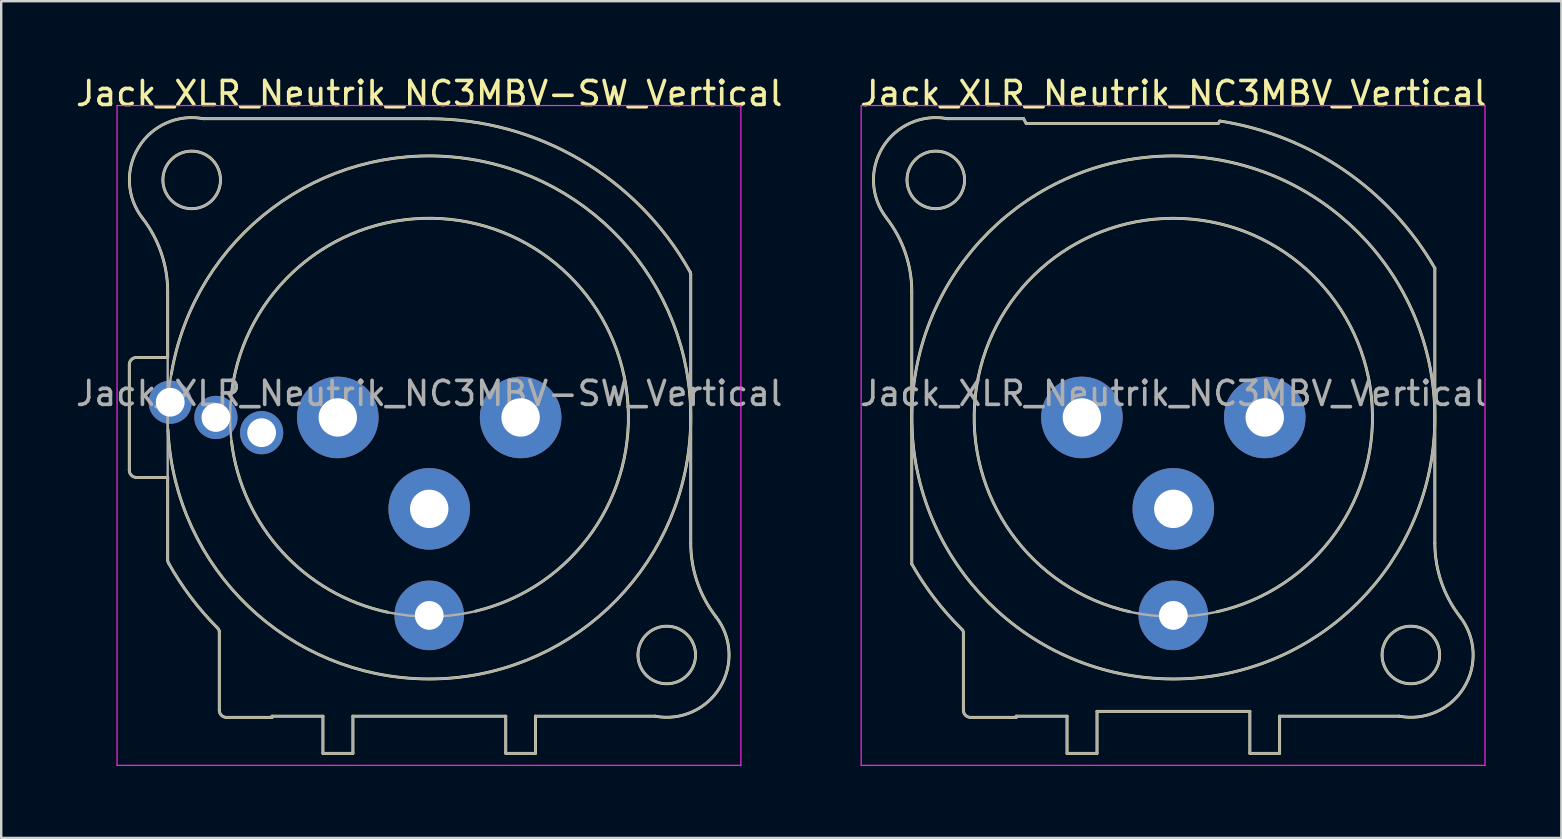
<source format=kicad_pcb>
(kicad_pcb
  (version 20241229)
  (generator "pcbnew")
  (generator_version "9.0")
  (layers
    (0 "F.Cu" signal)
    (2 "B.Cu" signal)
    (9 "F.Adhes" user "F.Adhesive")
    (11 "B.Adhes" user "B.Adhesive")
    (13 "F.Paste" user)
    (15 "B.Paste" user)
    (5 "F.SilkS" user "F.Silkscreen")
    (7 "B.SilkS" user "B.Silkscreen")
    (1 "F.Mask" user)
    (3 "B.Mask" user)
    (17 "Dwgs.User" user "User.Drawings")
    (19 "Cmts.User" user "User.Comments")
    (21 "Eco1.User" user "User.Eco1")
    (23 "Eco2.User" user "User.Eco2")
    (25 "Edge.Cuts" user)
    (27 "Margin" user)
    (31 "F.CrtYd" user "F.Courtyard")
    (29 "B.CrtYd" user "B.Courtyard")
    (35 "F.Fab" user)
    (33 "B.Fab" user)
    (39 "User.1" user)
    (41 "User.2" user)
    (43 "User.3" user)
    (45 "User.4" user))
  (footprint "Jack_XLR_Neutrik_NC3MBV_Vertical"
    (layer "F.Cu")
    (at 42.041 14.348)
    (property "Reference" "Jack_XLR_Neutrik_NC3MBV_Vertical" (at 3.81 -13.5 0) (layer "F.SilkS") (effects (font (size 1 1) (thickness 0.15))))
    (attr through_hole)
    (fp_line (start -7.09 -5.24) (end -7.09 6.11) (stroke (width 0.12) (type solid)) (layer "F.SilkS"))
    (fp_line (start -4.94 12.2) (end -4.94 8.98) (stroke (width 0.12) (type solid)) (layer "F.SilkS"))
    (fp_line (start -4.64 12.5) (end -2.74 12.5) (stroke (width 0.12) (type solid)) (layer "F.SilkS"))
    (fp_line (start -2.74 12.45) (end -0.62 12.45) (stroke (width 0.12) (type solid)) (layer "F.SilkS"))
    (fp_line (start -2.74 12.5) (end -2.74 12.45) (stroke (width 0.12) (type solid)) (layer "F.SilkS"))
    (fp_line (start -2.43 -12.45) (end -5.6 -12.45) (stroke (width 0.12) (type solid)) (layer "F.SilkS"))
    (fp_line (start -2.32 -12.25) (end -2.43 -12.45) (stroke (width 0.12) (type solid)) (layer "F.SilkS"))
    (fp_line (start -0.62 12.45) (end -0.62 14) (stroke (width 0.12) (type solid)) (layer "F.SilkS"))
    (fp_line (start 0.63 12.25) (end 0.63 14) (stroke (width 0.12) (type solid)) (layer "F.SilkS"))
    (fp_line (start 0.63 12.25) (end 7 12.25) (stroke (width 0.12) (type solid)) (layer "F.SilkS"))
    (fp_line (start 0.63 14) (end -0.62 14) (stroke (width 0.12) (type solid)) (layer "F.SilkS"))
    (fp_line (start 5.68 -12.25) (end -2.32 -12.25) (stroke (width 0.12) (type solid)) (layer "F.SilkS"))
    (fp_line (start 5.74 -12.35) (end 5.68 -12.25) (stroke (width 0.12) (type solid)) (layer "F.SilkS"))
    (fp_line (start 7 12.25) (end 7 14) (stroke (width 0.12) (type solid)) (layer "F.SilkS"))
    (fp_line (start 8.24 12.45) (end 8.24 14) (stroke (width 0.12) (type solid)) (layer "F.SilkS"))
    (fp_line (start 8.24 12.45) (end 13.22 12.45) (stroke (width 0.12) (type solid)) (layer "F.SilkS"))
    (fp_line (start 8.24 14) (end 7 14) (stroke (width 0.12) (type solid)) (layer "F.SilkS"))
    (fp_line (start 14.71 5.24) (end 14.71 -6.22) (stroke (width 0.12) (type solid)) (layer "F.SilkS"))
    (fp_arc (start -8.14458 -8.311426) (mid -7.360989 -6.863715) (end -7.09 -5.24) (stroke (width 0.12) (type solid)) (layer "F.SilkS"))
    (fp_arc (start -8.141124 -8.307677) (mid -8.303366 -11.257798) (end -5.6 -12.45) (stroke (width 0.12) (type solid)) (layer "F.SilkS"))
    (fp_arc (start -4.999944 8.832139) (mid -4.954594 8.899835) (end -4.94 8.98) (stroke (width 0.12) (type solid)) (layer "F.SilkS"))
    (fp_arc (start -4.999718 8.833849) (mid -6.1389 7.544091) (end -7.09 6.11) (stroke (width 0.12) (type solid)) (layer "F.SilkS"))
    (fp_arc (start -4.64 12.5) (mid -4.852132 12.412132) (end -4.94 12.2) (stroke (width 0.12) (type solid)) (layer "F.SilkS"))
    (fp_arc (start 2 8.1) (mid 3.809449 -8.299765) (end 5.621075 8.09976) (stroke (width 0.12) (type solid)) (layer "F.SilkS"))
    (fp_arc (start 5.753207 -12.354269) (mid 10.928439 -10.304601) (end 14.71 -6.22) (stroke (width 0.12) (type solid)) (layer "F.SilkS"))
    (fp_arc (start 15.761124 8.307677) (mid 15.923366 11.257798) (end 13.22 12.45) (stroke (width 0.12) (type solid)) (layer "F.SilkS"))
    (fp_arc (start 15.76458 8.311426) (mid 14.980989 6.863715) (end 14.71 5.24) (stroke (width 0.12) (type solid)) (layer "F.SilkS"))
    (fp_circle (center -6.09 -9.9) (end -4.89 -9.9) (stroke (width 0.12) (type solid)) (fill no) (layer "F.SilkS"))
    (fp_circle (center 3.81 0) (end 14.71 0) (stroke (width 0.12) (type solid)) (fill no) (layer "F.SilkS"))
    (fp_circle (center 13.71 9.9) (end 14.91 9.9) (stroke (width 0.12) (type solid)) (fill no) (layer "F.SilkS"))
    (fp_line (start -9.2 -13) (end 16.8 -13) (stroke (width 0.05) (type solid)) (layer "F.CrtYd"))
    (fp_line (start -9.2 14.5) (end -9.2 -13) (stroke (width 0.05) (type solid)) (layer "F.CrtYd"))
    (fp_line (start 16.8 -13) (end 16.8 14.5) (stroke (width 0.05) (type solid)) (layer "F.CrtYd"))
    (fp_line (start 16.8 14.5) (end -9.2 14.5) (stroke (width 0.05) (type solid)) (layer "F.CrtYd"))
    (fp_line (start -7.09 -5.24) (end -7.09 6.11) (stroke (width 0.1) (type solid)) (layer "F.Fab"))
    (fp_line (start -4.94 12.2) (end -4.94 8.98) (stroke (width 0.1) (type solid)) (layer "F.Fab"))
    (fp_line (start -4.64 12.5) (end -2.74 12.5) (stroke (width 0.1) (type solid)) (layer "F.Fab"))
    (fp_line (start -2.74 12.45) (end -0.62 12.45) (stroke (width 0.1) (type solid)) (layer "F.Fab"))
    (fp_line (start -2.74 12.5) (end -2.74 12.45) (stroke (width 0.1) (type solid)) (layer "F.Fab"))
    (fp_line (start -2.43 -12.45) (end -5.6 -12.45) (stroke (width 0.1) (type solid)) (layer "F.Fab"))
    (fp_line (start -2.32 -12.25) (end -2.43 -12.45) (stroke (width 0.1) (type solid)) (layer "F.Fab"))
    (fp_line (start -0.62 12.45) (end -0.62 14) (stroke (width 0.1) (type solid)) (layer "F.Fab"))
    (fp_line (start 0.63 12.25) (end 0.63 14) (stroke (width 0.1) (type solid)) (layer "F.Fab"))
    (fp_line (start 0.63 12.25) (end 7 12.25) (stroke (width 0.1) (type solid)) (layer "F.Fab"))
    (fp_line (start 0.63 14) (end -0.62 14) (stroke (width 0.1) (type solid)) (layer "F.Fab"))
    (fp_line (start 5.68 -12.25) (end -2.32 -12.25) (stroke (width 0.1) (type solid)) (layer "F.Fab"))
    (fp_line (start 5.74 -12.35) (end 5.68 -12.25) (stroke (width 0.1) (type solid)) (layer "F.Fab"))
    (fp_line (start 7 12.25) (end 7 14) (stroke (width 0.1) (type solid)) (layer "F.Fab"))
    (fp_line (start 8.24 12.45) (end 8.24 14) (stroke (width 0.1) (type solid)) (layer "F.Fab"))
    (fp_line (start 8.24 12.45) (end 13.22 12.45) (stroke (width 0.1) (type solid)) (layer "F.Fab"))
    (fp_line (start 8.24 14) (end 7 14) (stroke (width 0.1) (type solid)) (layer "F.Fab"))
    (fp_line (start 14.71 5.24) (end 14.71 -6.22) (stroke (width 0.1) (type solid)) (layer "F.Fab"))
    (fp_arc (start -8.14458 -8.311426) (mid -7.360989 -6.863715) (end -7.09 -5.24) (stroke (width 0.1) (type solid)) (layer "F.Fab"))
    (fp_arc (start -8.141124 -8.307677) (mid -8.303366 -11.257798) (end -5.6 -12.45) (stroke (width 0.1) (type solid)) (layer "F.Fab"))
    (fp_arc (start -4.999944 8.832139) (mid -4.954594 8.899835) (end -4.94 8.98) (stroke (width 0.1) (type solid)) (layer "F.Fab"))
    (fp_arc (start -4.999718 8.833849) (mid -6.1389 7.544091) (end -7.09 6.11) (stroke (width 0.1) (type solid)) (layer "F.Fab"))
    (fp_arc (start -4.64 12.5) (mid -4.852132 12.412132) (end -4.94 12.2) (stroke (width 0.1) (type solid)) (layer "F.Fab"))
    (fp_arc (start 5.753207 -12.354269) (mid 10.928439 -10.304601) (end 14.71 -6.22) (stroke (width 0.1) (type solid)) (layer "F.Fab"))
    (fp_arc (start 15.761124 8.307677) (mid 15.923366 11.257798) (end 13.22 12.45) (stroke (width 0.1) (type solid)) (layer "F.Fab"))
    (fp_arc (start 15.76458 8.311426) (mid 14.980989 6.863715) (end 14.71 5.24) (stroke (width 0.1) (type solid)) (layer "F.Fab"))
    (fp_circle (center -6.09 -9.9) (end -4.89 -9.9) (stroke (width 0.1) (type solid)) (fill no) (layer "F.Fab"))
    (fp_circle (center 3.81 0) (end 12.11 0) (stroke (width 0.1) (type solid)) (fill no) (layer "F.Fab"))
    (fp_circle (center 3.81 0) (end 14.71 0) (stroke (width 0.1) (type solid)) (fill no) (layer "F.Fab"))
    (fp_circle (center 13.71 9.9) (end 14.91 9.9) (stroke (width 0.1) (type solid)) (fill no) (layer "F.Fab"))
    (fp_text user "${REFERENCE}" (at 3.81 -1 0) (layer "F.Fab") (effects (font (size 1 1) (thickness 0.15))))
    (pad "1" thru_hole circle (at 0 0) (size 3.4 3.4) (drill 1.6) (layers "*.Cu" "*.Mask"))
    (pad "2" thru_hole circle (at 7.62 0) (size 3.4 3.4) (drill 1.6) (layers "*.Cu" "*.Mask"))
    (pad "3" thru_hole circle (at 3.81 3.81) (size 3.4 3.4) (drill 1.6) (layers "*.Cu" "*.Mask"))
    (pad "G" thru_hole circle (at 3.81 8.25) (size 2.9 2.9) (drill 1.2) (layers "*.Cu" "*.Mask")))
  (footprint "Jack_XLR_Neutrik_NC3MBV-SW_Vertical"
    (layer "F.Cu")
    (at 11.029 14.348)
    (property "Reference" "Jack_XLR_Neutrik_NC3MBV-SW_Vertical" (at 3.81 -13.5 0) (layer "F.SilkS") (effects (font (size 1 1) (thickness 0.15))))
    (attr through_hole)
    (fp_line (start -8.69 2.2) (end -8.69 -2.2) (stroke (width 0.12) (type solid)) (layer "F.SilkS"))
    (fp_line (start -7.09 -5.24) (end -7.09 -2.5) (stroke (width 0.12) (type solid)) (layer "F.SilkS"))
    (fp_line (start -7.09 -2.5) (end -8.39 -2.5) (stroke (width 0.12) (type solid)) (layer "F.SilkS"))
    (fp_line (start -7.09 2.5) (end -8.39 2.5) (stroke (width 0.12) (type solid)) (layer "F.SilkS"))
    (fp_line (start -7.09 2.5) (end -7.09 5.96) (stroke (width 0.12) (type solid)) (layer "F.SilkS"))
    (fp_line (start -4.94 12.2) (end -4.94 8.92) (stroke (width 0.12) (type solid)) (layer "F.SilkS"))
    (fp_line (start -4.64 12.5) (end -2.74 12.5) (stroke (width 0.12) (type solid)) (layer "F.SilkS"))
    (fp_line (start -2.74 12.45) (end -0.62 12.45) (stroke (width 0.12) (type solid)) (layer "F.SilkS"))
    (fp_line (start -2.74 12.5) (end -2.74 12.45) (stroke (width 0.12) (type solid)) (layer "F.SilkS"))
    (fp_line (start -0.62 12.45) (end -0.62 14) (stroke (width 0.12) (type solid)) (layer "F.SilkS"))
    (fp_line (start 0.63 12.45) (end 0.63 14) (stroke (width 0.12) (type solid)) (layer "F.SilkS"))
    (fp_line (start 0.63 12.45) (end 7 12.45) (stroke (width 0.12) (type solid)) (layer "F.SilkS"))
    (fp_line (start 0.63 14) (end -0.62 14) (stroke (width 0.12) (type solid)) (layer "F.SilkS"))
    (fp_line (start 3.81 -12.45) (end -5.6 -12.45) (stroke (width 0.12) (type solid)) (layer "F.SilkS"))
    (fp_line (start 7 12.45) (end 7 14) (stroke (width 0.12) (type solid)) (layer "F.SilkS"))
    (fp_line (start 8.24 12.45) (end 8.24 14) (stroke (width 0.12) (type solid)) (layer "F.SilkS"))
    (fp_line (start 8.24 12.45) (end 13.22 12.45) (stroke (width 0.12) (type solid)) (layer "F.SilkS"))
    (fp_line (start 8.24 14) (end 7 14) (stroke (width 0.12) (type solid)) (layer "F.SilkS"))
    (fp_line (start 14.71 5.24) (end 14.71 -5.96) (stroke (width 0.12) (type solid)) (layer "F.SilkS"))
    (fp_arc (start -8.69 -2.2) (mid -8.602132 -2.412132) (end -8.39 -2.5) (stroke (width 0.12) (type solid)) (layer "F.SilkS"))
    (fp_arc (start -8.39 2.5) (mid -8.602132 2.412132) (end -8.69 2.2) (stroke (width 0.12) (type solid)) (layer "F.SilkS"))
    (fp_arc (start -8.14458 -8.311426) (mid -7.360989 -6.863715) (end -7.09 -5.24) (stroke (width 0.12) (type solid)) (layer "F.SilkS"))
    (fp_arc (start -8.141124 -8.307677) (mid -8.303366 -11.257798) (end -5.6 -12.45) (stroke (width 0.12) (type solid)) (layer "F.SilkS"))
    (fp_arc (start -7.048716 6.079059) (mid -7.076957 6.022165) (end -7.09 5.96) (stroke (width 0.12) (type solid)) (layer "F.SilkS"))
    (fp_arc (start -6.94 -1.8) (mid 14.690408 0.647469) (end -7.077605 0.512393) (stroke (width 0.12) (type solid)) (layer "F.SilkS"))
    (fp_arc (start -5.014621 8.775339) (mid -6.130462 7.487838) (end -7.06 6.06) (stroke (width 0.12) (type solid)) (layer "F.SilkS"))
    (fp_arc (start -5.008287 8.781679) (mid -4.96257 8.845126) (end -4.94 8.92) (stroke (width 0.12) (type solid)) (layer "F.SilkS"))
    (fp_arc (start -4.64 12.5) (mid -4.852132 12.412132) (end -4.94 12.2) (stroke (width 0.12) (type solid)) (layer "F.SilkS"))
    (fp_arc (start -4.42 -1.09) (mid 9.369821 -6.165176) (end 5.741766 8.073988) (stroke (width 0.12) (type solid)) (layer "F.SilkS"))
    (fp_arc (start 2.08 8.12) (mid -2.313728 5.606002) (end -4.430844 1.007866) (stroke (width 0.12) (type solid)) (layer "F.SilkS"))
    (fp_arc (start 3.792668 -12.44996) (mid 10.104527 -10.741542) (end 14.68 -6.07) (stroke (width 0.12) (type solid)) (layer "F.SilkS"))
    (fp_arc (start 14.680526 -6.07) (mid 14.702504 -6.01694) (end 14.71 -5.96) (stroke (width 0.12) (type solid)) (layer "F.SilkS"))
    (fp_arc (start 15.761124 8.307677) (mid 15.923366 11.257798) (end 13.22 12.45) (stroke (width 0.12) (type solid)) (layer "F.SilkS"))
    (fp_arc (start 15.76458 8.311426) (mid 14.980989 6.863715) (end 14.71 5.24) (stroke (width 0.12) (type solid)) (layer "F.SilkS"))
    (fp_circle (center -6.09 -9.9) (end -4.89 -9.9) (stroke (width 0.12) (type solid)) (fill no) (layer "F.SilkS"))
    (fp_circle (center 13.71 9.9) (end 14.91 9.9) (stroke (width 0.12) (type solid)) (fill no) (layer "F.SilkS"))
    (fp_line (start -9.2 -13) (end 16.8 -13) (stroke (width 0.05) (type solid)) (layer "F.CrtYd"))
    (fp_line (start -9.2 14.5) (end -9.2 -13) (stroke (width 0.05) (type solid)) (layer "F.CrtYd"))
    (fp_line (start 16.8 -13) (end 16.8 14.5) (stroke (width 0.05) (type solid)) (layer "F.CrtYd"))
    (fp_line (start 16.8 14.5) (end -9.2 14.5) (stroke (width 0.05) (type solid)) (layer "F.CrtYd"))
    (fp_line (start -8.69 2.2) (end -8.69 -2.2) (stroke (width 0.1) (type solid)) (layer "F.Fab"))
    (fp_line (start -7.09 -5.24) (end -7.09 5.96) (stroke (width 0.1) (type solid)) (layer "F.Fab"))
    (fp_line (start -7.09 -2.5) (end -8.39 -2.5) (stroke (width 0.1) (type solid)) (layer "F.Fab"))
    (fp_line (start -7.09 2.5) (end -8.39 2.5) (stroke (width 0.1) (type solid)) (layer "F.Fab"))
    (fp_line (start -4.94 12.2) (end -4.94 8.92) (stroke (width 0.1) (type solid)) (layer "F.Fab"))
    (fp_line (start -4.64 12.5) (end -2.74 12.5) (stroke (width 0.1) (type solid)) (layer "F.Fab"))
    (fp_line (start -2.74 12.45) (end -0.62 12.45) (stroke (width 0.1) (type solid)) (layer "F.Fab"))
    (fp_line (start -2.74 12.5) (end -2.74 12.45) (stroke (width 0.1) (type solid)) (layer "F.Fab"))
    (fp_line (start -0.62 12.45) (end -0.62 14) (stroke (width 0.1) (type solid)) (layer "F.Fab"))
    (fp_line (start 0.63 12.45) (end 0.63 14) (stroke (width 0.1) (type solid)) (layer "F.Fab"))
    (fp_line (start 0.63 12.45) (end 7 12.45) (stroke (width 0.1) (type solid)) (layer "F.Fab"))
    (fp_line (start 0.63 14) (end -0.62 14) (stroke (width 0.1) (type solid)) (layer "F.Fab"))
    (fp_line (start 3.81 -12.45) (end -5.6 -12.45) (stroke (width 0.1) (type solid)) (layer "F.Fab"))
    (fp_line (start 7 12.45) (end 7 14) (stroke (width 0.1) (type solid)) (layer "F.Fab"))
    (fp_line (start 8.24 12.45) (end 8.24 14) (stroke (width 0.1) (type solid)) (layer "F.Fab"))
    (fp_line (start 8.24 12.45) (end 13.22 12.45) (stroke (width 0.1) (type solid)) (layer "F.Fab"))
    (fp_line (start 8.24 14) (end 7 14) (stroke (width 0.1) (type solid)) (layer "F.Fab"))
    (fp_line (start 14.71 5.24) (end 14.71 -5.96) (stroke (width 0.1) (type solid)) (layer "F.Fab"))
    (fp_arc (start -8.69 -2.2) (mid -8.602132 -2.412132) (end -8.39 -2.5) (stroke (width 0.1) (type solid)) (layer "F.Fab"))
    (fp_arc (start -8.39 2.5) (mid -8.602132 2.412132) (end -8.69 2.2) (stroke (width 0.1) (type solid)) (layer "F.Fab"))
    (fp_arc (start -8.14458 -8.311426) (mid -7.360989 -6.863715) (end -7.09 -5.24) (stroke (width 0.1) (type solid)) (layer "F.Fab"))
    (fp_arc (start -8.141124 -8.307677) (mid -8.303366 -11.257798) (end -5.6 -12.45) (stroke (width 0.1) (type solid)) (layer "F.Fab"))
    (fp_arc (start -7.048716 6.079059) (mid -7.076957 6.022165) (end -7.09 5.96) (stroke (width 0.1) (type solid)) (layer "F.Fab"))
    (fp_arc (start -5.014621 8.775339) (mid -6.130462 7.487838) (end -7.06 6.06) (stroke (width 0.1) (type solid)) (layer "F.Fab"))
    (fp_arc (start -5.008287 8.781679) (mid -4.96257 8.845126) (end -4.94 8.92) (stroke (width 0.1) (type solid)) (layer "F.Fab"))
    (fp_arc (start -4.64 12.5) (mid -4.852132 12.412132) (end -4.94 12.2) (stroke (width 0.1) (type solid)) (layer "F.Fab"))
    (fp_arc (start 3.792668 -12.44996) (mid 10.104527 -10.741542) (end 14.68 -6.07) (stroke (width 0.1) (type solid)) (layer "F.Fab"))
    (fp_arc (start 14.680526 -6.07) (mid 14.702504 -6.01694) (end 14.71 -5.96) (stroke (width 0.1) (type solid)) (layer "F.Fab"))
    (fp_arc (start 15.761124 8.307677) (mid 15.923366 11.257798) (end 13.22 12.45) (stroke (width 0.1) (type solid)) (layer "F.Fab"))
    (fp_arc (start 15.76458 8.311426) (mid 14.980989 6.863715) (end 14.71 5.24) (stroke (width 0.1) (type solid)) (layer "F.Fab"))
    (fp_circle (center -6.09 -9.9) (end -4.89 -9.9) (stroke (width 0.1) (type solid)) (fill no) (layer "F.Fab"))
    (fp_circle (center 3.81 0) (end 12.11 0) (stroke (width 0.1) (type solid)) (fill no) (layer "F.Fab"))
    (fp_circle (center 3.81 0) (end 14.71 0) (stroke (width 0.1) (type solid)) (fill no) (layer "F.Fab"))
    (fp_circle (center 13.71 9.9) (end 14.91 9.9) (stroke (width 0.1) (type solid)) (fill no) (layer "F.Fab"))
    (fp_text user "${REFERENCE}" (at 3.81 -1 0) (layer "F.Fab") (effects (font (size 1 1) (thickness 0.15))))
    (pad "1" thru_hole circle (at 0 0) (size 3.4 3.4) (drill 1.6) (layers "*.Cu" "*.Mask"))
    (pad "2" thru_hole circle (at 7.62 0) (size 3.4 3.4) (drill 1.6) (layers "*.Cu" "*.Mask"))
    (pad "3" thru_hole circle (at 3.81 3.81) (size 3.4 3.4) (drill 1.6) (layers "*.Cu" "*.Mask"))
    (pad "G" thru_hole circle (at 3.81 8.25) (size 2.9 2.9) (drill 1.2) (layers "*.Cu" "*.Mask"))
    (pad "N" thru_hole circle (at -5.08 0) (size 1.8 1.8) (drill 1.2) (layers "*.Cu" "*.Mask"))
    (pad "NC" thru_hole circle (at -3.175 0.635) (size 1.8 1.8) (drill 1.2) (layers "*.Cu" "*.Mask"))
    (pad "NO" thru_hole circle (at -6.985 -0.635) (size 1.8 1.8) (drill 1.2) (layers "*.Cu" "*.Mask")))
  (gr_rect
    (start -3 -3)
    (end 62.024 31.873)
    (stroke (width 0.1) (type default))
    (fill no)
    (layer "Edge.Cuts")))
</source>
